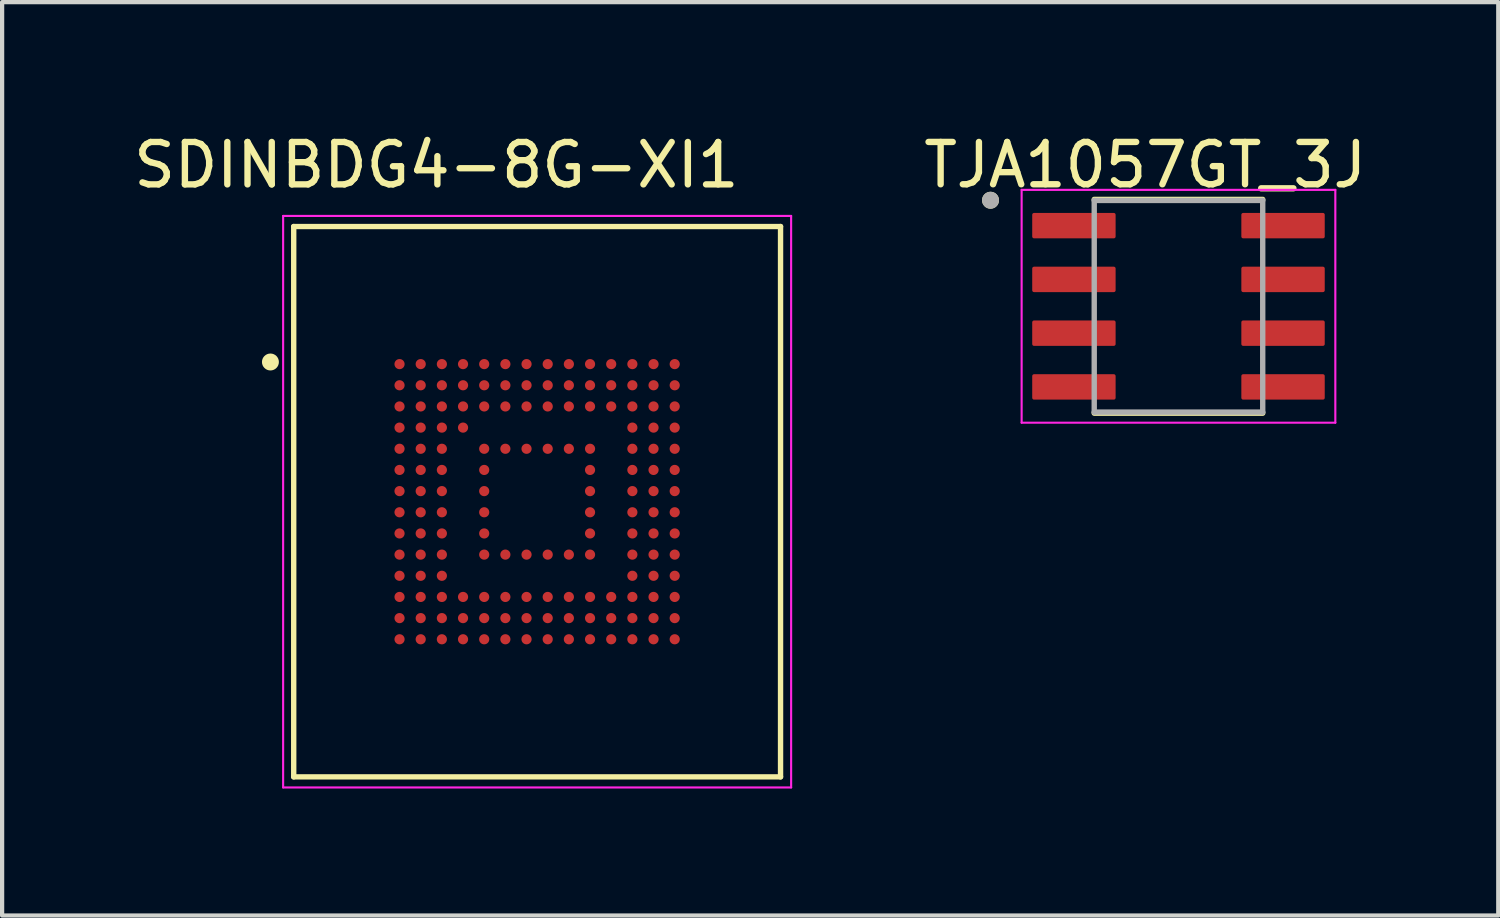
<source format=kicad_pcb>
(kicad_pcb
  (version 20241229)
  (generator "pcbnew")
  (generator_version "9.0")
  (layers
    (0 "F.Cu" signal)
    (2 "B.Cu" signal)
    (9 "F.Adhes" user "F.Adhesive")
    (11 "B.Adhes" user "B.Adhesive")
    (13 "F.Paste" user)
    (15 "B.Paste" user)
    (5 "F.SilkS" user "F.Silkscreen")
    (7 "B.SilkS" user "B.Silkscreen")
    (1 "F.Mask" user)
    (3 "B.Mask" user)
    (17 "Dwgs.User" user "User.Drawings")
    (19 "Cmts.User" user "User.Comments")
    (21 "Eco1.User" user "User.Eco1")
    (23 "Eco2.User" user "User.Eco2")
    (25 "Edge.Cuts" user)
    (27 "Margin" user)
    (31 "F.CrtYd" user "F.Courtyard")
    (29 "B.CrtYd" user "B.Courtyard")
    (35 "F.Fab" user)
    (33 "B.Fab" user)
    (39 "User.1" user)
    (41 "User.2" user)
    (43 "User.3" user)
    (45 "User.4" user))
  (footprint "SDINBDG4-8G-XI1"
    (layer "F.Cu")
    (at 9.638 8.801)
    (property "Reference" "SDINBDG4-8G-XI1" (at -2.38 -7.951 0) (layer "F.SilkS") (effects (font (size 1.002 1.002) (thickness 0.15))))
    (attr smd)
    (fp_line (start -5.75 6.5) (end -5.75 -6.5) (stroke (width 0.127) (type solid)) (layer "F.SilkS"))
    (fp_line (start 5.75 -6.5) (end -5.75 -6.5) (stroke (width 0.127) (type solid)) (layer "F.SilkS"))
    (fp_line (start 5.75 6.5) (end -5.75 6.5) (stroke (width 0.127) (type solid)) (layer "F.SilkS"))
    (fp_line (start 5.75 6.5) (end 5.75 -6.5) (stroke (width 0.127) (type solid)) (layer "F.SilkS"))
    (fp_circle (center -6.3 -3.3) (end -6.1 -3.3) (stroke (width 0) (type solid)) (fill yes) (layer "F.SilkS"))
    (fp_line (start -6 -6.75) (end 6 -6.75) (stroke (width 0.05) (type solid)) (layer "F.CrtYd"))
    (fp_line (start -6 6.75) (end -6 -6.75) (stroke (width 0.05) (type solid)) (layer "F.CrtYd"))
    (fp_line (start -6 6.75) (end 6 6.75) (stroke (width 0.05) (type solid)) (layer "F.CrtYd"))
    (fp_line (start 6 6.75) (end 6 -6.75) (stroke (width 0.05) (type solid)) (layer "F.CrtYd"))
    (pad "A1" smd circle (at -3.25 -3.25) (size 0.24 0.24) (layers "F.Cu" "F.Mask" "F.Paste"))
    (pad "A2" smd circle (at -2.75 -3.25) (size 0.24 0.24) (layers "F.Cu" "F.Mask" "F.Paste"))
    (pad "A3" smd circle (at -2.25 -3.25) (size 0.24 0.24) (layers "F.Cu" "F.Mask" "F.Paste"))
    (pad "A4" smd circle (at -1.75 -3.25) (size 0.24 0.24) (layers "F.Cu" "F.Mask" "F.Paste"))
    (pad "A5" smd circle (at -1.25 -3.25) (size 0.24 0.24) (layers "F.Cu" "F.Mask" "F.Paste"))
    (pad "A6" smd circle (at -0.75 -3.25) (size 0.24 0.24) (layers "F.Cu" "F.Mask" "F.Paste"))
    (pad "A7" smd circle (at -0.25 -3.25) (size 0.24 0.24) (layers "F.Cu" "F.Mask" "F.Paste"))
    (pad "A8" smd circle (at 0.25 -3.25) (size 0.24 0.24) (layers "F.Cu" "F.Mask" "F.Paste"))
    (pad "A9" smd circle (at 0.75 -3.25) (size 0.24 0.24) (layers "F.Cu" "F.Mask" "F.Paste"))
    (pad "A10" smd circle (at 1.25 -3.25) (size 0.24 0.24) (layers "F.Cu" "F.Mask" "F.Paste"))
    (pad "A11" smd circle (at 1.75 -3.25) (size 0.24 0.24) (layers "F.Cu" "F.Mask" "F.Paste"))
    (pad "A12" smd circle (at 2.25 -3.25) (size 0.24 0.24) (layers "F.Cu" "F.Mask" "F.Paste"))
    (pad "A13" smd circle (at 2.75 -3.25) (size 0.24 0.24) (layers "F.Cu" "F.Mask" "F.Paste"))
    (pad "A14" smd circle (at 3.25 -3.25) (size 0.24 0.24) (layers "F.Cu" "F.Mask" "F.Paste"))
    (pad "B1" smd circle (at -3.25 -2.75) (size 0.24 0.24) (layers "F.Cu" "F.Mask" "F.Paste"))
    (pad "B2" smd circle (at -2.75 -2.75) (size 0.24 0.24) (layers "F.Cu" "F.Mask" "F.Paste"))
    (pad "B3" smd circle (at -2.25 -2.75) (size 0.24 0.24) (layers "F.Cu" "F.Mask" "F.Paste"))
    (pad "B4" smd circle (at -1.75 -2.75) (size 0.24 0.24) (layers "F.Cu" "F.Mask" "F.Paste"))
    (pad "B5" smd circle (at -1.25 -2.75) (size 0.24 0.24) (layers "F.Cu" "F.Mask" "F.Paste"))
    (pad "B6" smd circle (at -0.75 -2.75) (size 0.24 0.24) (layers "F.Cu" "F.Mask" "F.Paste"))
    (pad "B7" smd circle (at -0.25 -2.75) (size 0.24 0.24) (layers "F.Cu" "F.Mask" "F.Paste"))
    (pad "B8" smd circle (at 0.25 -2.75) (size 0.24 0.24) (layers "F.Cu" "F.Mask" "F.Paste"))
    (pad "B9" smd circle (at 0.75 -2.75) (size 0.24 0.24) (layers "F.Cu" "F.Mask" "F.Paste"))
    (pad "B10" smd circle (at 1.25 -2.75) (size 0.24 0.24) (layers "F.Cu" "F.Mask" "F.Paste"))
    (pad "B11" smd circle (at 1.75 -2.75) (size 0.24 0.24) (layers "F.Cu" "F.Mask" "F.Paste"))
    (pad "B12" smd circle (at 2.25 -2.75) (size 0.24 0.24) (layers "F.Cu" "F.Mask" "F.Paste"))
    (pad "B13" smd circle (at 2.75 -2.75) (size 0.24 0.24) (layers "F.Cu" "F.Mask" "F.Paste"))
    (pad "B14" smd circle (at 3.25 -2.75) (size 0.24 0.24) (layers "F.Cu" "F.Mask" "F.Paste"))
    (pad "C1" smd circle (at -3.25 -2.25) (size 0.24 0.24) (layers "F.Cu" "F.Mask" "F.Paste"))
    (pad "C2" smd circle (at -2.75 -2.25) (size 0.24 0.24) (layers "F.Cu" "F.Mask" "F.Paste"))
    (pad "C3" smd circle (at -2.25 -2.25) (size 0.24 0.24) (layers "F.Cu" "F.Mask" "F.Paste"))
    (pad "C4" smd circle (at -1.75 -2.25) (size 0.24 0.24) (layers "F.Cu" "F.Mask" "F.Paste"))
    (pad "C5" smd circle (at -1.25 -2.25) (size 0.24 0.24) (layers "F.Cu" "F.Mask" "F.Paste"))
    (pad "C6" smd circle (at -0.75 -2.25) (size 0.24 0.24) (layers "F.Cu" "F.Mask" "F.Paste"))
    (pad "C7" smd circle (at -0.25 -2.25) (size 0.24 0.24) (layers "F.Cu" "F.Mask" "F.Paste"))
    (pad "C8" smd circle (at 0.25 -2.25) (size 0.24 0.24) (layers "F.Cu" "F.Mask" "F.Paste"))
    (pad "C9" smd circle (at 0.75 -2.25) (size 0.24 0.24) (layers "F.Cu" "F.Mask" "F.Paste"))
    (pad "C10" smd circle (at 1.25 -2.25) (size 0.24 0.24) (layers "F.Cu" "F.Mask" "F.Paste"))
    (pad "C11" smd circle (at 1.75 -2.25) (size 0.24 0.24) (layers "F.Cu" "F.Mask" "F.Paste"))
    (pad "C12" smd circle (at 2.25 -2.25) (size 0.24 0.24) (layers "F.Cu" "F.Mask" "F.Paste"))
    (pad "C13" smd circle (at 2.75 -2.25) (size 0.24 0.24) (layers "F.Cu" "F.Mask" "F.Paste"))
    (pad "C14" smd circle (at 3.25 -2.25) (size 0.24 0.24) (layers "F.Cu" "F.Mask" "F.Paste"))
    (pad "D1" smd circle (at -3.25 -1.75) (size 0.24 0.24) (layers "F.Cu" "F.Mask" "F.Paste"))
    (pad "D2" smd circle (at -2.75 -1.75) (size 0.24 0.24) (layers "F.Cu" "F.Mask" "F.Paste"))
    (pad "D3" smd circle (at -2.25 -1.75) (size 0.24 0.24) (layers "F.Cu" "F.Mask" "F.Paste"))
    (pad "D4" smd circle (at -1.75 -1.75) (size 0.24 0.24) (layers "F.Cu" "F.Mask" "F.Paste"))
    (pad "D12" smd circle (at 2.25 -1.75) (size 0.24 0.24) (layers "F.Cu" "F.Mask" "F.Paste"))
    (pad "D13" smd circle (at 2.75 -1.75) (size 0.24 0.24) (layers "F.Cu" "F.Mask" "F.Paste"))
    (pad "D14" smd circle (at 3.25 -1.75) (size 0.24 0.24) (layers "F.Cu" "F.Mask" "F.Paste"))
    (pad "E1" smd circle (at -3.25 -1.25) (size 0.24 0.24) (layers "F.Cu" "F.Mask" "F.Paste"))
    (pad "E2" smd circle (at -2.75 -1.25) (size 0.24 0.24) (layers "F.Cu" "F.Mask" "F.Paste"))
    (pad "E3" smd circle (at -2.25 -1.25) (size 0.24 0.24) (layers "F.Cu" "F.Mask" "F.Paste"))
    (pad "E5" smd circle (at -1.25 -1.25) (size 0.24 0.24) (layers "F.Cu" "F.Mask" "F.Paste"))
    (pad "E6" smd circle (at -0.75 -1.25) (size 0.24 0.24) (layers "F.Cu" "F.Mask" "F.Paste"))
    (pad "E7" smd circle (at -0.25 -1.25) (size 0.24 0.24) (layers "F.Cu" "F.Mask" "F.Paste"))
    (pad "E8" smd circle (at 0.25 -1.25) (size 0.24 0.24) (layers "F.Cu" "F.Mask" "F.Paste"))
    (pad "E9" smd circle (at 0.75 -1.25) (size 0.24 0.24) (layers "F.Cu" "F.Mask" "F.Paste"))
    (pad "E10" smd circle (at 1.25 -1.25) (size 0.24 0.24) (layers "F.Cu" "F.Mask" "F.Paste"))
    (pad "E12" smd circle (at 2.25 -1.25) (size 0.24 0.24) (layers "F.Cu" "F.Mask" "F.Paste"))
    (pad "E13" smd circle (at 2.75 -1.25) (size 0.24 0.24) (layers "F.Cu" "F.Mask" "F.Paste"))
    (pad "E14" smd circle (at 3.25 -1.25) (size 0.24 0.24) (layers "F.Cu" "F.Mask" "F.Paste"))
    (pad "F1" smd circle (at -3.25 -0.75) (size 0.24 0.24) (layers "F.Cu" "F.Mask" "F.Paste"))
    (pad "F2" smd circle (at -2.75 -0.75) (size 0.24 0.24) (layers "F.Cu" "F.Mask" "F.Paste"))
    (pad "F3" smd circle (at -2.25 -0.75) (size 0.24 0.24) (layers "F.Cu" "F.Mask" "F.Paste"))
    (pad "F5" smd circle (at -1.25 -0.75) (size 0.24 0.24) (layers "F.Cu" "F.Mask" "F.Paste"))
    (pad "F10" smd circle (at 1.25 -0.75) (size 0.24 0.24) (layers "F.Cu" "F.Mask" "F.Paste"))
    (pad "F12" smd circle (at 2.25 -0.75) (size 0.24 0.24) (layers "F.Cu" "F.Mask" "F.Paste"))
    (pad "F13" smd circle (at 2.75 -0.75) (size 0.24 0.24) (layers "F.Cu" "F.Mask" "F.Paste"))
    (pad "F14" smd circle (at 3.25 -0.75) (size 0.24 0.24) (layers "F.Cu" "F.Mask" "F.Paste"))
    (pad "G1" smd circle (at -3.25 -0.25) (size 0.24 0.24) (layers "F.Cu" "F.Mask" "F.Paste"))
    (pad "G2" smd circle (at -2.75 -0.25) (size 0.24 0.24) (layers "F.Cu" "F.Mask" "F.Paste"))
    (pad "G3" smd circle (at -2.25 -0.25) (size 0.24 0.24) (layers "F.Cu" "F.Mask" "F.Paste"))
    (pad "G5" smd circle (at -1.25 -0.25) (size 0.24 0.24) (layers "F.Cu" "F.Mask" "F.Paste"))
    (pad "G10" smd circle (at 1.25 -0.25) (size 0.24 0.24) (layers "F.Cu" "F.Mask" "F.Paste"))
    (pad "G12" smd circle (at 2.25 -0.25) (size 0.24 0.24) (layers "F.Cu" "F.Mask" "F.Paste"))
    (pad "G13" smd circle (at 2.75 -0.25) (size 0.24 0.24) (layers "F.Cu" "F.Mask" "F.Paste"))
    (pad "G14" smd circle (at 3.25 -0.25) (size 0.24 0.24) (layers "F.Cu" "F.Mask" "F.Paste"))
    (pad "H1" smd circle (at -3.25 0.25) (size 0.24 0.24) (layers "F.Cu" "F.Mask" "F.Paste"))
    (pad "H2" smd circle (at -2.75 0.25) (size 0.24 0.24) (layers "F.Cu" "F.Mask" "F.Paste"))
    (pad "H3" smd circle (at -2.25 0.25) (size 0.24 0.24) (layers "F.Cu" "F.Mask" "F.Paste"))
    (pad "H5" smd circle (at -1.25 0.25) (size 0.24 0.24) (layers "F.Cu" "F.Mask" "F.Paste"))
    (pad "H10" smd circle (at 1.25 0.25) (size 0.24 0.24) (layers "F.Cu" "F.Mask" "F.Paste"))
    (pad "H12" smd circle (at 2.25 0.25) (size 0.24 0.24) (layers "F.Cu" "F.Mask" "F.Paste"))
    (pad "H13" smd circle (at 2.75 0.25) (size 0.24 0.24) (layers "F.Cu" "F.Mask" "F.Paste"))
    (pad "H14" smd circle (at 3.25 0.25) (size 0.24 0.24) (layers "F.Cu" "F.Mask" "F.Paste"))
    (pad "J1" smd circle (at -3.25 0.75) (size 0.24 0.24) (layers "F.Cu" "F.Mask" "F.Paste"))
    (pad "J2" smd circle (at -2.75 0.75) (size 0.24 0.24) (layers "F.Cu" "F.Mask" "F.Paste"))
    (pad "J3" smd circle (at -2.25 0.75) (size 0.24 0.24) (layers "F.Cu" "F.Mask" "F.Paste"))
    (pad "J5" smd circle (at -1.25 0.75) (size 0.24 0.24) (layers "F.Cu" "F.Mask" "F.Paste"))
    (pad "J10" smd circle (at 1.25 0.75) (size 0.24 0.24) (layers "F.Cu" "F.Mask" "F.Paste"))
    (pad "J12" smd circle (at 2.25 0.75) (size 0.24 0.24) (layers "F.Cu" "F.Mask" "F.Paste"))
    (pad "J13" smd circle (at 2.75 0.75) (size 0.24 0.24) (layers "F.Cu" "F.Mask" "F.Paste"))
    (pad "J14" smd circle (at 3.25 0.75) (size 0.24 0.24) (layers "F.Cu" "F.Mask" "F.Paste"))
    (pad "K1" smd circle (at -3.25 1.25) (size 0.24 0.24) (layers "F.Cu" "F.Mask" "F.Paste"))
    (pad "K2" smd circle (at -2.75 1.25) (size 0.24 0.24) (layers "F.Cu" "F.Mask" "F.Paste"))
    (pad "K3" smd circle (at -2.25 1.25) (size 0.24 0.24) (layers "F.Cu" "F.Mask" "F.Paste"))
    (pad "K5" smd circle (at -1.25 1.25) (size 0.24 0.24) (layers "F.Cu" "F.Mask" "F.Paste"))
    (pad "K6" smd circle (at -0.75 1.25) (size 0.24 0.24) (layers "F.Cu" "F.Mask" "F.Paste"))
    (pad "K7" smd circle (at -0.25 1.25) (size 0.24 0.24) (layers "F.Cu" "F.Mask" "F.Paste"))
    (pad "K8" smd circle (at 0.25 1.25) (size 0.24 0.24) (layers "F.Cu" "F.Mask" "F.Paste"))
    (pad "K9" smd circle (at 0.75 1.25) (size 0.24 0.24) (layers "F.Cu" "F.Mask" "F.Paste"))
    (pad "K10" smd circle (at 1.25 1.25) (size 0.24 0.24) (layers "F.Cu" "F.Mask" "F.Paste"))
    (pad "K12" smd circle (at 2.25 1.25) (size 0.24 0.24) (layers "F.Cu" "F.Mask" "F.Paste"))
    (pad "K13" smd circle (at 2.75 1.25) (size 0.24 0.24) (layers "F.Cu" "F.Mask" "F.Paste"))
    (pad "K14" smd circle (at 3.25 1.25) (size 0.24 0.24) (layers "F.Cu" "F.Mask" "F.Paste"))
    (pad "L1" smd circle (at -3.25 1.75) (size 0.24 0.24) (layers "F.Cu" "F.Mask" "F.Paste"))
    (pad "L2" smd circle (at -2.75 1.75) (size 0.24 0.24) (layers "F.Cu" "F.Mask" "F.Paste"))
    (pad "L3" smd circle (at -2.25 1.75) (size 0.24 0.24) (layers "F.Cu" "F.Mask" "F.Paste"))
    (pad "L12" smd circle (at 2.25 1.75) (size 0.24 0.24) (layers "F.Cu" "F.Mask" "F.Paste"))
    (pad "L13" smd circle (at 2.75 1.75) (size 0.24 0.24) (layers "F.Cu" "F.Mask" "F.Paste"))
    (pad "L14" smd circle (at 3.25 1.75) (size 0.24 0.24) (layers "F.Cu" "F.Mask" "F.Paste"))
    (pad "M1" smd circle (at -3.25 2.25) (size 0.24 0.24) (layers "F.Cu" "F.Mask" "F.Paste"))
    (pad "M2" smd circle (at -2.75 2.25) (size 0.24 0.24) (layers "F.Cu" "F.Mask" "F.Paste"))
    (pad "M3" smd circle (at -2.25 2.25) (size 0.24 0.24) (layers "F.Cu" "F.Mask" "F.Paste"))
    (pad "M4" smd circle (at -1.75 2.25) (size 0.24 0.24) (layers "F.Cu" "F.Mask" "F.Paste"))
    (pad "M5" smd circle (at -1.25 2.25) (size 0.24 0.24) (layers "F.Cu" "F.Mask" "F.Paste"))
    (pad "M6" smd circle (at -0.75 2.25) (size 0.24 0.24) (layers "F.Cu" "F.Mask" "F.Paste"))
    (pad "M7" smd circle (at -0.25 2.25) (size 0.24 0.24) (layers "F.Cu" "F.Mask" "F.Paste"))
    (pad "M8" smd circle (at 0.25 2.25) (size 0.24 0.24) (layers "F.Cu" "F.Mask" "F.Paste"))
    (pad "M9" smd circle (at 0.75 2.25) (size 0.24 0.24) (layers "F.Cu" "F.Mask" "F.Paste"))
    (pad "M10" smd circle (at 1.25 2.25) (size 0.24 0.24) (layers "F.Cu" "F.Mask" "F.Paste"))
    (pad "M11" smd circle (at 1.75 2.25) (size 0.24 0.24) (layers "F.Cu" "F.Mask" "F.Paste"))
    (pad "M12" smd circle (at 2.25 2.25) (size 0.24 0.24) (layers "F.Cu" "F.Mask" "F.Paste"))
    (pad "M13" smd circle (at 2.75 2.25) (size 0.24 0.24) (layers "F.Cu" "F.Mask" "F.Paste"))
    (pad "M14" smd circle (at 3.25 2.25) (size 0.24 0.24) (layers "F.Cu" "F.Mask" "F.Paste"))
    (pad "N1" smd circle (at -3.25 2.75) (size 0.24 0.24) (layers "F.Cu" "F.Mask" "F.Paste"))
    (pad "N2" smd circle (at -2.75 2.75) (size 0.24 0.24) (layers "F.Cu" "F.Mask" "F.Paste"))
    (pad "N3" smd circle (at -2.25 2.75) (size 0.24 0.24) (layers "F.Cu" "F.Mask" "F.Paste"))
    (pad "N4" smd circle (at -1.75 2.75) (size 0.24 0.24) (layers "F.Cu" "F.Mask" "F.Paste"))
    (pad "N5" smd circle (at -1.25 2.75) (size 0.24 0.24) (layers "F.Cu" "F.Mask" "F.Paste"))
    (pad "N6" smd circle (at -0.75 2.75) (size 0.24 0.24) (layers "F.Cu" "F.Mask" "F.Paste"))
    (pad "N7" smd circle (at -0.25 2.75) (size 0.24 0.24) (layers "F.Cu" "F.Mask" "F.Paste"))
    (pad "N8" smd circle (at 0.25 2.75) (size 0.24 0.24) (layers "F.Cu" "F.Mask" "F.Paste"))
    (pad "N9" smd circle (at 0.75 2.75) (size 0.24 0.24) (layers "F.Cu" "F.Mask" "F.Paste"))
    (pad "N10" smd circle (at 1.25 2.75) (size 0.24 0.24) (layers "F.Cu" "F.Mask" "F.Paste"))
    (pad "N11" smd circle (at 1.75 2.75) (size 0.24 0.24) (layers "F.Cu" "F.Mask" "F.Paste"))
    (pad "N12" smd circle (at 2.25 2.75) (size 0.24 0.24) (layers "F.Cu" "F.Mask" "F.Paste"))
    (pad "N13" smd circle (at 2.75 2.75) (size 0.24 0.24) (layers "F.Cu" "F.Mask" "F.Paste"))
    (pad "N14" smd circle (at 3.25 2.75) (size 0.24 0.24) (layers "F.Cu" "F.Mask" "F.Paste"))
    (pad "P1" smd circle (at -3.25 3.25) (size 0.24 0.24) (layers "F.Cu" "F.Mask" "F.Paste"))
    (pad "P2" smd circle (at -2.75 3.25) (size 0.24 0.24) (layers "F.Cu" "F.Mask" "F.Paste"))
    (pad "P3" smd circle (at -2.25 3.25) (size 0.24 0.24) (layers "F.Cu" "F.Mask" "F.Paste"))
    (pad "P4" smd circle (at -1.75 3.25) (size 0.24 0.24) (layers "F.Cu" "F.Mask" "F.Paste"))
    (pad "P5" smd circle (at -1.25 3.25) (size 0.24 0.24) (layers "F.Cu" "F.Mask" "F.Paste"))
    (pad "P6" smd circle (at -0.75 3.25) (size 0.24 0.24) (layers "F.Cu" "F.Mask" "F.Paste"))
    (pad "P7" smd circle (at -0.25 3.25) (size 0.24 0.24) (layers "F.Cu" "F.Mask" "F.Paste"))
    (pad "P8" smd circle (at 0.25 3.25) (size 0.24 0.24) (layers "F.Cu" "F.Mask" "F.Paste"))
    (pad "P9" smd circle (at 0.75 3.25) (size 0.24 0.24) (layers "F.Cu" "F.Mask" "F.Paste"))
    (pad "P10" smd circle (at 1.25 3.25) (size 0.24 0.24) (layers "F.Cu" "F.Mask" "F.Paste"))
    (pad "P11" smd circle (at 1.75 3.25) (size 0.24 0.24) (layers "F.Cu" "F.Mask" "F.Paste"))
    (pad "P12" smd circle (at 2.25 3.25) (size 0.24 0.24) (layers "F.Cu" "F.Mask" "F.Paste"))
    (pad "P13" smd circle (at 2.75 3.25) (size 0.24 0.24) (layers "F.Cu" "F.Mask" "F.Paste"))
    (pad "P14" smd circle (at 3.25 3.25) (size 0.24 0.24) (layers "F.Cu" "F.Mask" "F.Paste")))
  (footprint "TJA1057GT_3J"
    (layer "F.Cu")
    (at 24.788 4.185)
    (property "Reference" "TJA1057GT_3J" (at -0.785 -3.337 0) (layer "F.SilkS") (effects (font (size 1 1) (thickness 0.15))))
    (attr smd)
    (fp_line (start -1.99 -2.525) (end 1.99 -2.525) (stroke (width 0.127) (type solid)) (layer "F.SilkS"))
    (fp_line (start -1.99 2.525) (end 1.99 2.525) (stroke (width 0.127) (type solid)) (layer "F.SilkS"))
    (fp_circle (center -4.44 -2.505) (end -4.34 -2.505) (stroke (width 0.2) (type solid)) (fill no) (layer "F.SilkS"))
    (fp_line (start -3.705 -2.75) (end -3.705 2.75) (stroke (width 0.05) (type solid)) (layer "F.CrtYd"))
    (fp_line (start -3.705 -2.75) (end 3.705 -2.75) (stroke (width 0.05) (type solid)) (layer "F.CrtYd"))
    (fp_line (start -3.705 2.75) (end 3.705 2.75) (stroke (width 0.05) (type solid)) (layer "F.CrtYd"))
    (fp_line (start 3.705 -2.75) (end 3.705 2.75) (stroke (width 0.05) (type solid)) (layer "F.CrtYd"))
    (fp_line (start -1.99 -2.5) (end -1.99 2.5) (stroke (width 0.127) (type solid)) (layer "F.Fab"))
    (fp_line (start -1.99 -2.5) (end 1.99 -2.5) (stroke (width 0.127) (type solid)) (layer "F.Fab"))
    (fp_line (start -1.99 2.5) (end 1.99 2.5) (stroke (width 0.127) (type solid)) (layer "F.Fab"))
    (fp_line (start 1.99 -2.5) (end 1.99 2.5) (stroke (width 0.127) (type solid)) (layer "F.Fab"))
    (fp_circle (center -4.44 -2.505) (end -4.34 -2.505) (stroke (width 0.2) (type solid)) (fill no) (layer "F.Fab"))
    (pad "1" smd roundrect (at -2.47 -1.905) (size 1.97 0.6) (layers "F.Cu" "F.Mask" "F.Paste") (roundrect_rratio 0.07))
    (pad "2" smd roundrect (at -2.47 -0.635) (size 1.97 0.6) (layers "F.Cu" "F.Mask" "F.Paste") (roundrect_rratio 0.07))
    (pad "3" smd roundrect (at -2.47 0.635) (size 1.97 0.6) (layers "F.Cu" "F.Mask" "F.Paste") (roundrect_rratio 0.07))
    (pad "4" smd roundrect (at -2.47 1.905) (size 1.97 0.6) (layers "F.Cu" "F.Mask" "F.Paste") (roundrect_rratio 0.07))
    (pad "5" smd roundrect (at 2.47 1.905) (size 1.97 0.6) (layers "F.Cu" "F.Mask" "F.Paste") (roundrect_rratio 0.07))
    (pad "6" smd roundrect (at 2.47 0.635) (size 1.97 0.6) (layers "F.Cu" "F.Mask" "F.Paste") (roundrect_rratio 0.07))
    (pad "7" smd roundrect (at 2.47 -0.635) (size 1.97 0.6) (layers "F.Cu" "F.Mask" "F.Paste") (roundrect_rratio 0.07))
    (pad "8" smd roundrect (at 2.47 -1.905) (size 1.97 0.6) (layers "F.Cu" "F.Mask" "F.Paste") (roundrect_rratio 0.07)))
  (gr_rect
    (start -3 -3)
    (end 32.342 18.576)
    (stroke (width 0.1) (type default))
    (fill no)
    (layer "Edge.Cuts")))
</source>
